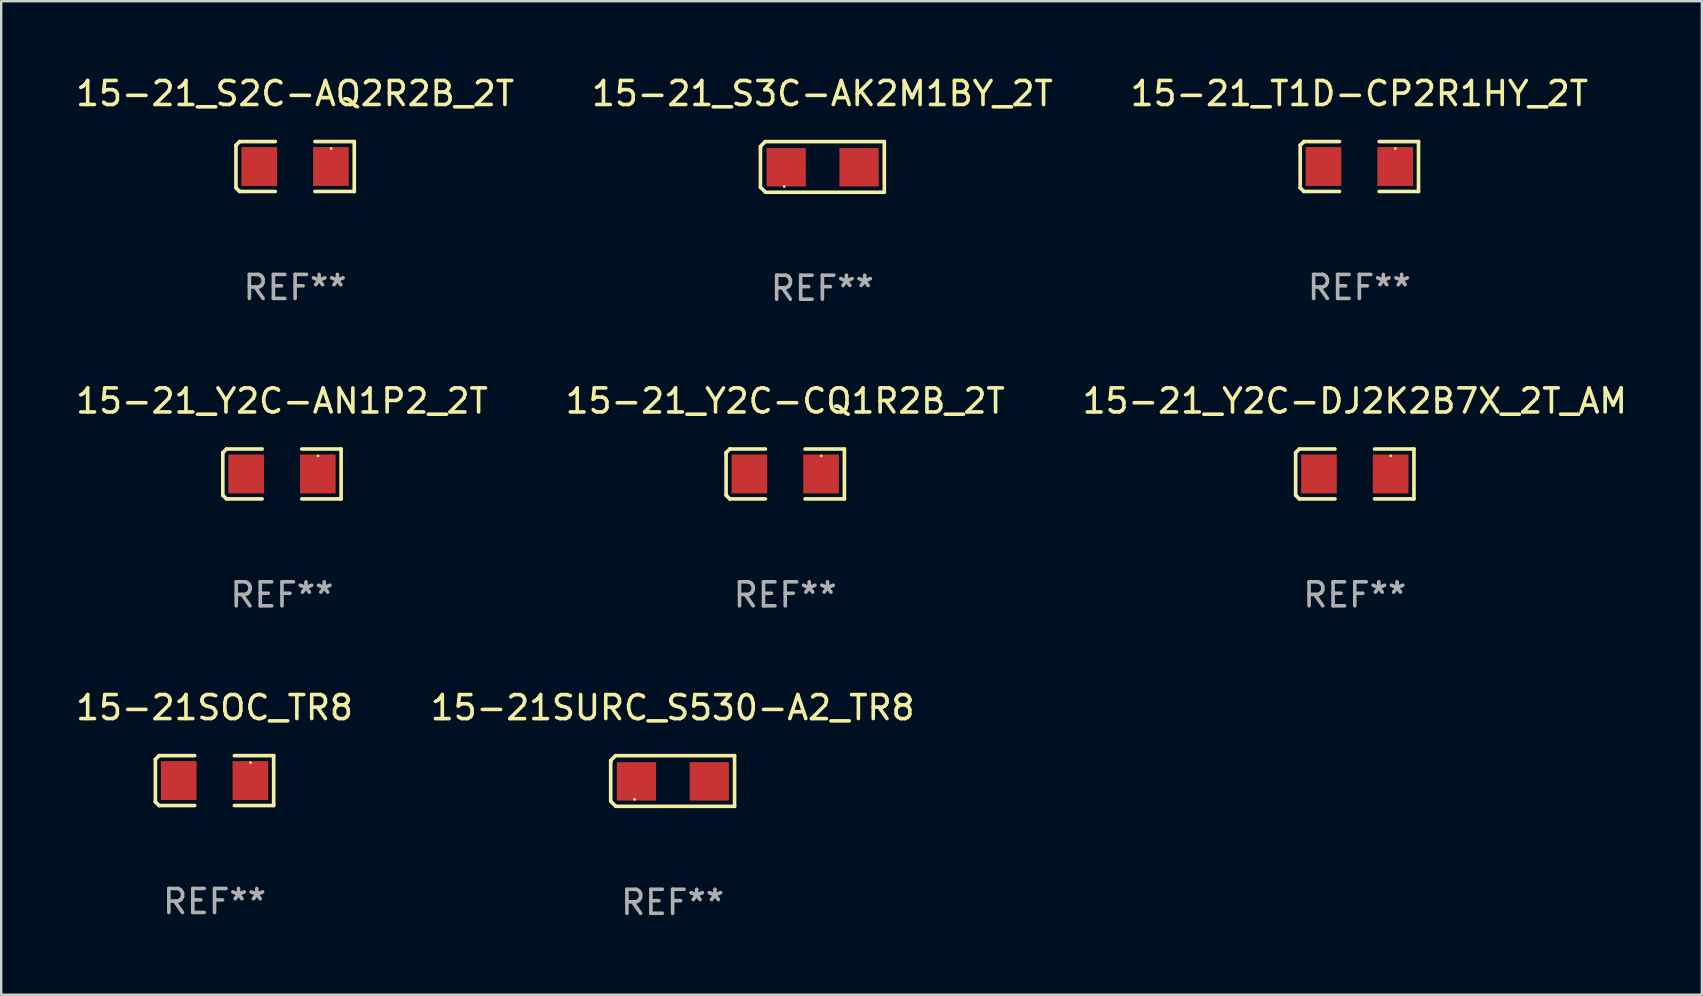
<source format=kicad_pcb>
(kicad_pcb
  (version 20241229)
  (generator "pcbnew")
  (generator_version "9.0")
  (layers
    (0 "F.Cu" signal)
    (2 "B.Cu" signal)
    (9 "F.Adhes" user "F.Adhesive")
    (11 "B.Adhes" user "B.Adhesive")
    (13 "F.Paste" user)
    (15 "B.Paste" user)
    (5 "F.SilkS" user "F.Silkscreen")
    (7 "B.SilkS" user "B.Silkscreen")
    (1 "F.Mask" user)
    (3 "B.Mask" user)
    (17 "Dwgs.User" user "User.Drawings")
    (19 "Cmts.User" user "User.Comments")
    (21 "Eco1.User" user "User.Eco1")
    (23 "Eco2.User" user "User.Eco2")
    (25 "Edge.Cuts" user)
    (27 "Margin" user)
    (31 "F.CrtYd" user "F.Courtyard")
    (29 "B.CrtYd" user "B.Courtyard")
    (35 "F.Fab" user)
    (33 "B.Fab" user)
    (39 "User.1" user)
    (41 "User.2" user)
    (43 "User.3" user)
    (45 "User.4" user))
  (footprint "15-21_Y2C-DJ2K2B7X_2T_AM"
    (layer "F.Cu")
    (at 53.387 16.693)
    (property "Reference" "15-21_Y2C-DJ2K2B7X_2T_AM" (at 0 -3.039 0) (layer "F.SilkS") (effects (font (size 1 1) (thickness 0.15))))
    (attr through_hole)
    (fp_line (start -2.464 -0.886) (end -2.311 -1.039) (stroke (width 0.152) (type solid)) (layer "F.SilkS"))
    (fp_line (start -2.464 0.886) (end -2.464 -0.886) (stroke (width 0.152) (type solid)) (layer "F.SilkS"))
    (fp_line (start -2.311 -1.039) (end -0.826 -1.039) (stroke (width 0.152) (type solid)) (layer "F.SilkS"))
    (fp_line (start -2.311 1.039) (end -2.464 0.886) (stroke (width 0.152) (type solid)) (layer "F.SilkS"))
    (fp_line (start -0.826 1.039) (end -2.311 1.039) (stroke (width 0.152) (type solid)) (layer "F.SilkS"))
    (fp_line (start 0.826 1.039) (end 2.464 1.039) (stroke (width 0.152) (type solid)) (layer "F.SilkS"))
    (fp_line (start 2.464 -1.039) (end 0.826 -1.039) (stroke (width 0.152) (type solid)) (layer "F.SilkS"))
    (fp_line (start 2.464 1.039) (end 2.464 -1.039) (stroke (width 0.152) (type solid)) (layer "F.SilkS"))
    (fp_circle (center 1.5 -0.75) (end 1.53 -0.75) (stroke (width 0.06) (type solid)) (fill no) (layer "F.SilkS"))
    (fp_text user "REF**" (at 0 5.039 0) (layer "F.Fab") (effects (font (size 1 1) (thickness 0.15))))
    (pad "1" smd rect (at 1.493 0) (size 1.485 1.62) (layers "F.Cu" "F.Mask" "F.Paste"))
    (pad "2" smd rect (at -1.493 0) (size 1.485 1.62) (layers "F.Cu" "F.Mask" "F.Paste")))
  (footprint "15-21_S3C-AK2M1BY_2T"
    (layer "F.Cu")
    (at 31.208 3.903)
    (property "Reference" "15-21_S3C-AK2M1BY_2T" (at 0 -3.055 0) (layer "F.SilkS") (effects (font (size 1 1) (thickness 0.15))))
    (attr through_hole)
    (fp_line (start -2.58 -0.855) (end -2.38 -1.055) (stroke (width 0.15) (type solid)) (layer "F.SilkS"))
    (fp_line (start -2.58 -0.775) (end -2.58 -0.855) (stroke (width 0.15) (type solid)) (layer "F.SilkS"))
    (fp_line (start -2.58 -0.775) (end -2.58 0.845) (stroke (width 0.15) (type solid)) (layer "F.SilkS"))
    (fp_line (start -2.58 0.845) (end -2.37 1.055) (stroke (width 0.15) (type solid)) (layer "F.SilkS"))
    (fp_line (start -2.38 -1.055) (end 2.58 -1.055) (stroke (width 0.15) (type solid)) (layer "F.SilkS"))
    (fp_line (start 2.58 -1.055) (end 2.58 1.055) (stroke (width 0.15) (type solid)) (layer "F.SilkS"))
    (fp_line (start 2.58 1.055) (end -2.37 1.055) (stroke (width 0.15) (type solid)) (layer "F.SilkS"))
    (fp_circle (center -1.59 0.815) (end -1.56 0.815) (stroke (width 0.06) (type solid)) (fill no) (layer "F.SilkS"))
    (fp_text user "REF**" (at 0 5.055 0) (layer "F.Fab") (effects (font (size 1 1) (thickness 0.15))))
    (pad "1" smd rect (at -1.507 0.015) (size 1.635 1.6) (layers "F.Cu" "F.Mask" "F.Paste"))
    (pad "2" smd rect (at 1.527 0.015) (size 1.635 1.6) (layers "F.Cu" "F.Mask" "F.Paste")))
  (footprint "15-21_Y2C-CQ1R2B_2T"
    (layer "F.Cu")
    (at 29.661 16.693)
    (property "Reference" "15-21_Y2C-CQ1R2B_2T" (at 0 -3.039 0) (layer "F.SilkS") (effects (font (size 1 1) (thickness 0.15))))
    (attr through_hole)
    (fp_line (start -2.464 -0.886) (end -2.311 -1.039) (stroke (width 0.152) (type solid)) (layer "F.SilkS"))
    (fp_line (start -2.464 0.886) (end -2.464 -0.886) (stroke (width 0.152) (type solid)) (layer "F.SilkS"))
    (fp_line (start -2.311 -1.039) (end -0.826 -1.039) (stroke (width 0.152) (type solid)) (layer "F.SilkS"))
    (fp_line (start -2.311 1.039) (end -2.464 0.886) (stroke (width 0.152) (type solid)) (layer "F.SilkS"))
    (fp_line (start -0.826 1.039) (end -2.311 1.039) (stroke (width 0.152) (type solid)) (layer "F.SilkS"))
    (fp_line (start 0.826 1.039) (end 2.464 1.039) (stroke (width 0.152) (type solid)) (layer "F.SilkS"))
    (fp_line (start 2.464 -1.039) (end 0.826 -1.039) (stroke (width 0.152) (type solid)) (layer "F.SilkS"))
    (fp_line (start 2.464 1.039) (end 2.464 -1.039) (stroke (width 0.152) (type solid)) (layer "F.SilkS"))
    (fp_circle (center 1.5 -0.75) (end 1.53 -0.75) (stroke (width 0.06) (type solid)) (fill no) (layer "F.SilkS"))
    (fp_text user "REF**" (at 0 5.039 0) (layer "F.Fab") (effects (font (size 1 1) (thickness 0.15))))
    (pad "1" smd rect (at 1.493 0) (size 1.485 1.62) (layers "F.Cu" "F.Mask" "F.Paste"))
    (pad "2" smd rect (at -1.493 0) (size 1.485 1.62) (layers "F.Cu" "F.Mask" "F.Paste")))
  (footprint "15-21_S2C-AQ2R2B_2T"
    (layer "F.Cu")
    (at 9.244 3.887)
    (property "Reference" "15-21_S2C-AQ2R2B_2T" (at 0 -3.039 0) (layer "F.SilkS") (effects (font (size 1 1) (thickness 0.15))))
    (attr through_hole)
    (fp_line (start -2.464 -0.886) (end -2.311 -1.039) (stroke (width 0.152) (type solid)) (layer "F.SilkS"))
    (fp_line (start -2.464 0.886) (end -2.464 -0.886) (stroke (width 0.152) (type solid)) (layer "F.SilkS"))
    (fp_line (start -2.311 -1.039) (end -0.826 -1.039) (stroke (width 0.152) (type solid)) (layer "F.SilkS"))
    (fp_line (start -2.311 1.039) (end -2.464 0.886) (stroke (width 0.152) (type solid)) (layer "F.SilkS"))
    (fp_line (start -0.826 1.039) (end -2.311 1.039) (stroke (width 0.152) (type solid)) (layer "F.SilkS"))
    (fp_line (start 0.826 1.039) (end 2.464 1.039) (stroke (width 0.152) (type solid)) (layer "F.SilkS"))
    (fp_line (start 2.464 -1.039) (end 0.826 -1.039) (stroke (width 0.152) (type solid)) (layer "F.SilkS"))
    (fp_line (start 2.464 1.039) (end 2.464 -1.039) (stroke (width 0.152) (type solid)) (layer "F.SilkS"))
    (fp_circle (center 1.5 -0.75) (end 1.53 -0.75) (stroke (width 0.06) (type solid)) (fill no) (layer "F.SilkS"))
    (fp_text user "REF**" (at 0 5.039 0) (layer "F.Fab") (effects (font (size 1 1) (thickness 0.15))))
    (pad "1" smd rect (at 1.493 0) (size 1.485 1.62) (layers "F.Cu" "F.Mask" "F.Paste"))
    (pad "2" smd rect (at -1.493 0) (size 1.485 1.62) (layers "F.Cu" "F.Mask" "F.Paste")))
  (footprint "15-21_Y2C-AN1P2_2T"
    (layer "F.Cu")
    (at 8.696 16.693)
    (property "Reference" "15-21_Y2C-AN1P2_2T" (at 0 -3.039 0) (layer "F.SilkS") (effects (font (size 1 1) (thickness 0.15))))
    (attr through_hole)
    (fp_line (start -2.464 -0.886) (end -2.311 -1.039) (stroke (width 0.152) (type solid)) (layer "F.SilkS"))
    (fp_line (start -2.464 0.886) (end -2.464 -0.886) (stroke (width 0.152) (type solid)) (layer "F.SilkS"))
    (fp_line (start -2.311 -1.039) (end -0.826 -1.039) (stroke (width 0.152) (type solid)) (layer "F.SilkS"))
    (fp_line (start -2.311 1.039) (end -2.464 0.886) (stroke (width 0.152) (type solid)) (layer "F.SilkS"))
    (fp_line (start -0.826 1.039) (end -2.311 1.039) (stroke (width 0.152) (type solid)) (layer "F.SilkS"))
    (fp_line (start 0.826 1.039) (end 2.464 1.039) (stroke (width 0.152) (type solid)) (layer "F.SilkS"))
    (fp_line (start 2.464 -1.039) (end 0.826 -1.039) (stroke (width 0.152) (type solid)) (layer "F.SilkS"))
    (fp_line (start 2.464 1.039) (end 2.464 -1.039) (stroke (width 0.152) (type solid)) (layer "F.SilkS"))
    (fp_circle (center 1.5 -0.75) (end 1.53 -0.75) (stroke (width 0.06) (type solid)) (fill no) (layer "F.SilkS"))
    (fp_text user "REF**" (at 0 5.039 0) (layer "F.Fab") (effects (font (size 1 1) (thickness 0.15))))
    (pad "1" smd rect (at 1.493 0) (size 1.485 1.62) (layers "F.Cu" "F.Mask" "F.Paste"))
    (pad "2" smd rect (at -1.493 0) (size 1.485 1.62) (layers "F.Cu" "F.Mask" "F.Paste")))
  (footprint "15-21SURC_S530-A2_TR8"
    (layer "F.Cu")
    (at 24.97 29.484)
    (property "Reference" "15-21SURC_S530-A2_TR8" (at 0 -3.055 0) (layer "F.SilkS") (effects (font (size 1 1) (thickness 0.15))))
    (attr through_hole)
    (fp_line (start -2.58 -0.855) (end -2.38 -1.055) (stroke (width 0.15) (type solid)) (layer "F.SilkS"))
    (fp_line (start -2.58 -0.775) (end -2.58 -0.855) (stroke (width 0.15) (type solid)) (layer "F.SilkS"))
    (fp_line (start -2.58 -0.775) (end -2.58 0.845) (stroke (width 0.15) (type solid)) (layer "F.SilkS"))
    (fp_line (start -2.58 0.845) (end -2.37 1.055) (stroke (width 0.15) (type solid)) (layer "F.SilkS"))
    (fp_line (start -2.38 -1.055) (end 2.58 -1.055) (stroke (width 0.15) (type solid)) (layer "F.SilkS"))
    (fp_line (start 2.58 -1.055) (end 2.58 1.055) (stroke (width 0.15) (type solid)) (layer "F.SilkS"))
    (fp_line (start 2.58 1.055) (end -2.37 1.055) (stroke (width 0.15) (type solid)) (layer "F.SilkS"))
    (fp_circle (center -1.59 0.765) (end -1.56 0.765) (stroke (width 0.06) (type solid)) (fill no) (layer "F.SilkS"))
    (fp_text user "REF**" (at 0 5.055 0) (layer "F.Fab") (effects (font (size 1 1) (thickness 0.15))))
    (pad "1" smd rect (at -1.507 0.015) (size 1.635 1.6) (layers "F.Cu" "F.Mask" "F.Paste"))
    (pad "2" smd rect (at 1.527 0.015) (size 1.635 1.6) (layers "F.Cu" "F.Mask" "F.Paste")))
  (footprint "15-21SOC_TR8"
    (layer "F.Cu")
    (at 5.887 29.467)
    (property "Reference" "15-21SOC_TR8" (at 0 -3.039 0) (layer "F.SilkS") (effects (font (size 1 1) (thickness 0.15))))
    (attr through_hole)
    (fp_line (start -2.464 -0.886) (end -2.311 -1.039) (stroke (width 0.152) (type solid)) (layer "F.SilkS"))
    (fp_line (start -2.464 0.886) (end -2.464 -0.886) (stroke (width 0.152) (type solid)) (layer "F.SilkS"))
    (fp_line (start -2.311 -1.039) (end -0.826 -1.039) (stroke (width 0.152) (type solid)) (layer "F.SilkS"))
    (fp_line (start -2.311 1.039) (end -2.464 0.886) (stroke (width 0.152) (type solid)) (layer "F.SilkS"))
    (fp_line (start -0.826 1.039) (end -2.311 1.039) (stroke (width 0.152) (type solid)) (layer "F.SilkS"))
    (fp_line (start 0.826 1.039) (end 2.464 1.039) (stroke (width 0.152) (type solid)) (layer "F.SilkS"))
    (fp_line (start 2.464 -1.039) (end 0.826 -1.039) (stroke (width 0.152) (type solid)) (layer "F.SilkS"))
    (fp_line (start 2.464 1.039) (end 2.464 -1.039) (stroke (width 0.152) (type solid)) (layer "F.SilkS"))
    (fp_circle (center 1.5 -0.75) (end 1.53 -0.75) (stroke (width 0.06) (type solid)) (fill no) (layer "F.SilkS"))
    (fp_text user "REF**" (at 0 5.039 0) (layer "F.Fab") (effects (font (size 1 1) (thickness 0.15))))
    (pad "1" smd rect (at 1.493 0.000051) (size 1.485 1.62) (layers "F.Cu" "F.Mask" "F.Paste"))
    (pad "2" smd rect (at -1.492 0.000051) (size 1.485 1.62) (layers "F.Cu" "F.Mask" "F.Paste")))
  (footprint "15-21_T1D-CP2R1HY_2T"
    (layer "F.Cu")
    (at 53.577 3.887)
    (property "Reference" "15-21_T1D-CP2R1HY_2T" (at 0 -3.039 0) (layer "F.SilkS") (effects (font (size 1 1) (thickness 0.15))))
    (attr through_hole)
    (fp_line (start -2.464 -0.886) (end -2.311 -1.039) (stroke (width 0.152) (type solid)) (layer "F.SilkS"))
    (fp_line (start -2.464 0.886) (end -2.464 -0.886) (stroke (width 0.152) (type solid)) (layer "F.SilkS"))
    (fp_line (start -2.311 -1.039) (end -0.826 -1.039) (stroke (width 0.152) (type solid)) (layer "F.SilkS"))
    (fp_line (start -2.311 1.039) (end -2.464 0.886) (stroke (width 0.152) (type solid)) (layer "F.SilkS"))
    (fp_line (start -0.826 1.039) (end -2.311 1.039) (stroke (width 0.152) (type solid)) (layer "F.SilkS"))
    (fp_line (start 0.826 1.039) (end 2.464 1.039) (stroke (width 0.152) (type solid)) (layer "F.SilkS"))
    (fp_line (start 2.464 -1.039) (end 0.826 -1.039) (stroke (width 0.152) (type solid)) (layer "F.SilkS"))
    (fp_line (start 2.464 1.039) (end 2.464 -1.039) (stroke (width 0.152) (type solid)) (layer "F.SilkS"))
    (fp_circle (center 1.5 -0.75) (end 1.53 -0.75) (stroke (width 0.06) (type solid)) (fill no) (layer "F.SilkS"))
    (fp_text user "REF**" (at 0 5.039 0) (layer "F.Fab") (effects (font (size 1 1) (thickness 0.15))))
    (pad "1" smd rect (at 1.493 0) (size 1.485 1.62) (layers "F.Cu" "F.Mask" "F.Paste"))
    (pad "2" smd rect (at -1.493 0) (size 1.485 1.62) (layers "F.Cu" "F.Mask" "F.Paste")))
  (gr_rect
    (start -3 -3)
    (end 67.845 38.387)
    (stroke (width 0.1) (type default))
    (fill no)
    (layer "Edge.Cuts")))
</source>
